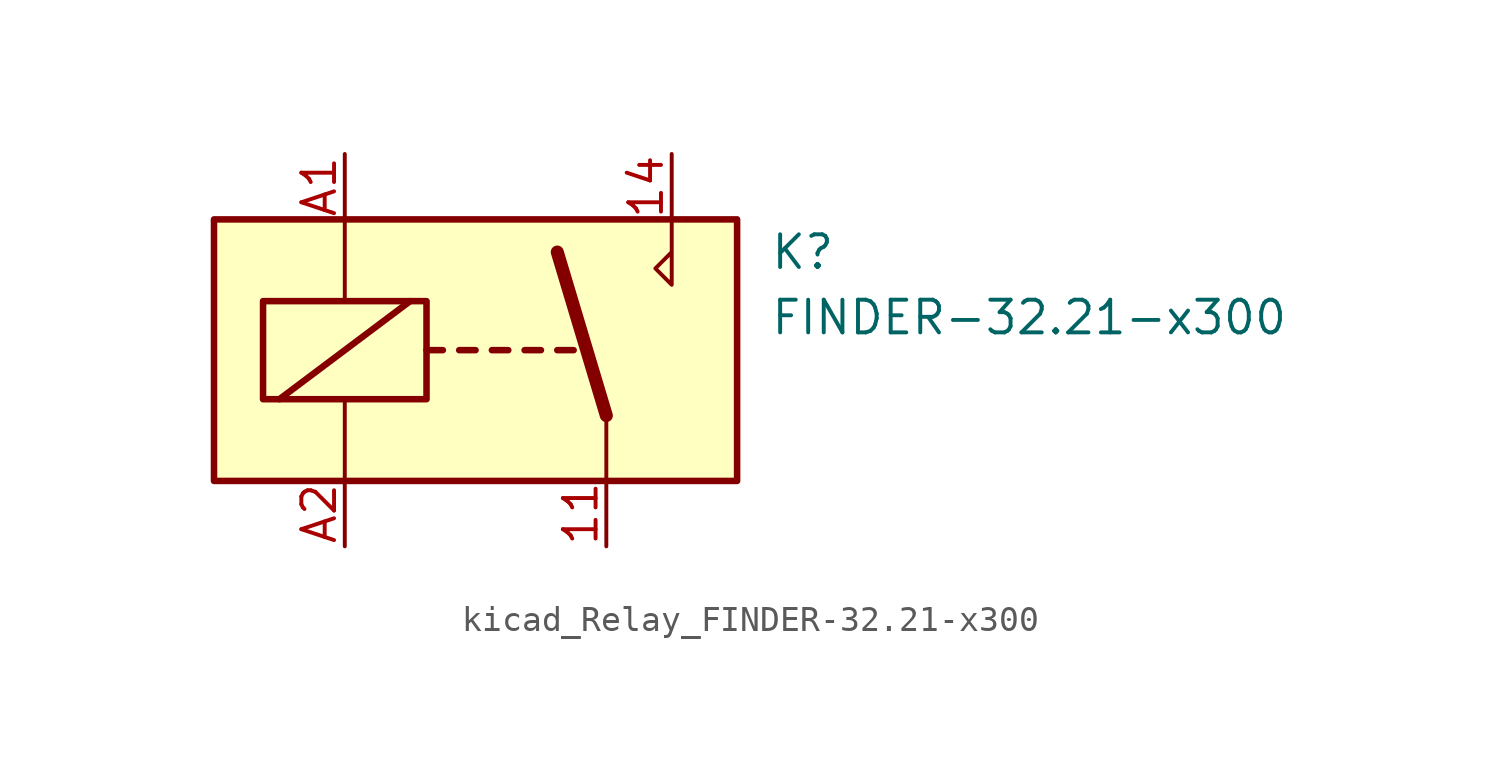
<source format=kicad_sym>
(kicad_symbol_lib
  (version 20220914)
  (generator kicad_symbol_editor)
  (symbol "kicad_Relay_FINDER-32.21-x300"
    (property "Reference" "K"
      (at 11.43 3.81 0)
      (effects (font (size 1.27 1.27)) (justify left)))
    (property "Value" "FINDER-32.21-x300"
      (at 11.43 1.27 0)
      (effects (font (size 1.27 1.27)) (justify left)))
    (symbol "kicad_Relay_FINDER-32.21-x300_0_1"
      (rectangle (start -10.16 5.08) (end 10.16 -5.08) (stroke (width 0.254) (type default)) (fill (type background)))
      (rectangle (start -8.255 1.905) (end -1.905 -1.905) (stroke (width 0.254) (type default)) (fill (type none)))
      (polyline (pts (xy -7.62 -1.905) (xy -2.54 1.905)) (stroke (width 0.254) (type default)) (fill (type none)))
      (polyline (pts (xy -5.08 -5.08) (xy -5.08 -1.905)) (stroke (width 0) (type default)) (fill (type none)))
      (polyline (pts (xy -5.08 5.08) (xy -5.08 1.905)) (stroke (width 0) (type default)) (fill (type none)))
      (polyline (pts (xy -1.905 0) (xy -1.27 0)) (stroke (width 0.254) (type default)) (fill (type none)))
      (polyline (pts (xy -0.635 0) (xy 0 0)) (stroke (width 0.254) (type default)) (fill (type none)))
      (polyline (pts (xy 0.635 0) (xy 1.27 0)) (stroke (width 0.254) (type default)) (fill (type none)))
      (polyline (pts (xy 1.905 0) (xy 2.54 0)) (stroke (width 0.254) (type default)) (fill (type none)))
      (polyline (pts (xy 3.175 0) (xy 3.81 0)) (stroke (width 0.254) (type default)) (fill (type none)))
      (polyline (pts (xy 5.08 -2.54) (xy 3.175 3.81)) (stroke (width 0.508) (type default)) (fill (type none)))
      (polyline (pts (xy 5.08 -2.54) (xy 5.08 -5.08)) (stroke (width 0) (type default)) (fill (type none)))
      (polyline (pts (xy 7.62 5.08) (xy 7.62 2.54) (xy 6.985 3.175) (xy 7.62 3.81)) (stroke (width 0) (type default)) (fill (type none))))
    (symbol "kicad_Relay_FINDER-32.21-x300_1_1"
      (pin passive line (at 5.08 -7.62 90) (length 2.54) (name "~" (effects (font (size 1.27 1.27)))) (number "11" (effects (font (size 1.27 1.27)))))
      (pin passive line (at 7.62 7.62 270) (length 2.54) (name "~" (effects (font (size 1.27 1.27)))) (number "14" (effects (font (size 1.27 1.27)))))
      (pin passive line (at -5.08 7.62 270) (length 2.54) (name "~" (effects (font (size 1.27 1.27)))) (number "A1" (effects (font (size 1.27 1.27)))))
      (pin passive line (at -5.08 -7.62 90) (length 2.54) (name "~" (effects (font (size 1.27 1.27)))) (number "A2" (effects (font (size 1.27 1.27))))))))
</source>
